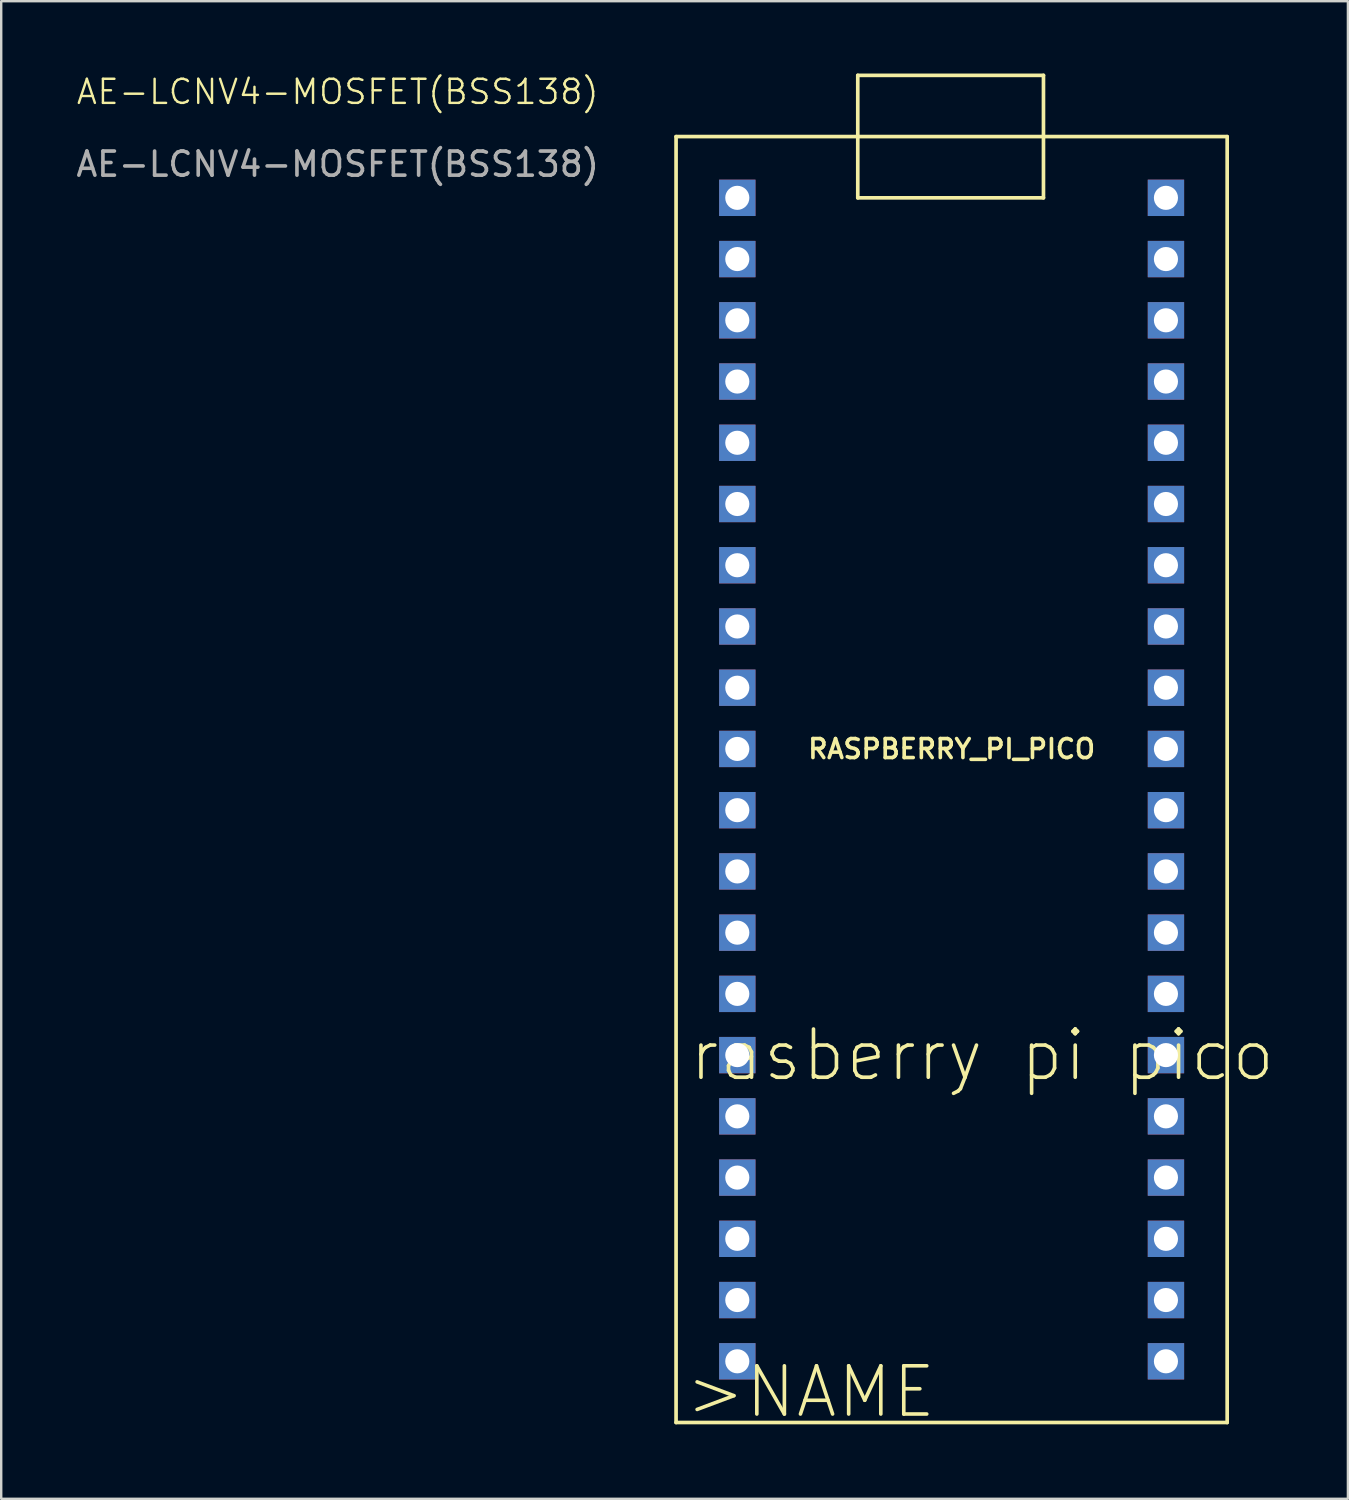
<source format=kicad_pcb>
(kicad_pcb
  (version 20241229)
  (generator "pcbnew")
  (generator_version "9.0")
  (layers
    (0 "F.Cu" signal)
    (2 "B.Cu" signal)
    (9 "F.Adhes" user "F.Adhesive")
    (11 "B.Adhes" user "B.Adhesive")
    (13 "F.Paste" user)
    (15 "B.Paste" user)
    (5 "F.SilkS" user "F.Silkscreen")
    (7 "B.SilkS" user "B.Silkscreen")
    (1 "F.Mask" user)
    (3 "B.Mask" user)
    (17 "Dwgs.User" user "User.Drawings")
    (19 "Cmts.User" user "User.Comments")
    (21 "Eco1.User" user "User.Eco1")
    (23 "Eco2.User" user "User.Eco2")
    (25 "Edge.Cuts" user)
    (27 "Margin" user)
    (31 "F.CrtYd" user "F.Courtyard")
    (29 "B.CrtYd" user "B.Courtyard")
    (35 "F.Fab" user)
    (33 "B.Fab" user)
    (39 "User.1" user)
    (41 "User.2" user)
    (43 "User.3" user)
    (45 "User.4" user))
  (footprint "AE-LCNV4-MOSFET(BSS138)"
    (layer "F.Cu")
    (at 10.958 1.26)
    (property "Reference" "AE-LCNV4-MOSFET(BSS138)" (at 0 -0.5 0) (unlocked yes) (layer "F.SilkS") (effects (font (size 1 1) (thickness 0.1))))
    (attr through_hole)
    (fp_text user "${REFERENCE}" (at 0 2.5 0) (unlocked yes) (layer "F.Fab") (effects (font (size 1 1) (thickness 0.15)))))
  (footprint "RASPBERRY_PI_PICO"
    (layer "F.Cu")
    (at 36.423 28.016)
    (property "Reference" "RASPBERRY_PI_PICO" (at 0 0 0) (layer "F.SilkS") (effects (font (size 0.787 0.787) (thickness 0.15))))
    (attr through_hole)
    (fp_line (start -11.43 -25.4) (end -11.43 27.94) (stroke (width 0.152) (type solid)) (layer "F.SilkS"))
    (fp_line (start -11.43 27.94) (end 11.43 27.94) (stroke (width 0.152) (type solid)) (layer "F.SilkS"))
    (fp_line (start -3.893 -27.94) (end -3.893 -22.86) (stroke (width 0.152) (type solid)) (layer "F.SilkS"))
    (fp_line (start -3.893 -22.86) (end 3.81 -22.86) (stroke (width 0.152) (type solid)) (layer "F.SilkS"))
    (fp_line (start 3.81 -27.94) (end -3.893 -27.94) (stroke (width 0.152) (type solid)) (layer "F.SilkS"))
    (fp_line (start 3.81 -22.86) (end 3.81 -27.94) (stroke (width 0.152) (type solid)) (layer "F.SilkS"))
    (fp_line (start 11.43 -25.4) (end -11.43 -25.4) (stroke (width 0.152) (type solid)) (layer "F.SilkS"))
    (fp_line (start 11.43 27.94) (end 11.43 -25.4) (stroke (width 0.152) (type solid)) (layer "F.SilkS"))
    (fp_text user ">NAME " (at -5.08 26.67 0) (layer "F.SilkS") (effects (font (size 2 2) (thickness 0.15))))
    (fp_text user "rasberry pi pico" (at 1.27 12.7 0) (layer "F.SilkS") (effects (font (size 2 2) (thickness 0.15))))
    (pad "3V3" thru_hole rect (at 8.89 -12.7) (size 1.508 1.508) (drill 1) (layers "*.Cu" "*.Mask"))
    (pad "3V3_EN" thru_hole rect (at 8.89 -15.24) (size 1.508 1.508) (drill 1) (layers "*.Cu" "*.Mask"))
    (pad "ADC_VREF" thru_hole rect (at 8.89 -10.16) (size 1.508 1.508) (drill 1) (layers "*.Cu" "*.Mask"))
    (pad "AGND" thru_hole rect (at 8.89 -5.08) (size 1.508 1.508) (drill 1) (layers "*.Cu" "*.Mask"))
    (pad "GND" thru_hole rect (at 8.89 -17.78) (size 1.508 1.508) (drill 1) (layers "*.Cu" "*.Mask"))
    (pad "GND2" thru_hole rect (at 8.89 7.62) (size 1.508 1.508) (drill 1) (layers "*.Cu" "*.Mask"))
    (pad "GND3" thru_hole rect (at 8.89 20.32) (size 1.508 1.508) (drill 1) (layers "*.Cu" "*.Mask"))
    (pad "GND4" thru_hole rect (at -8.89 -17.78) (size 1.508 1.508) (drill 1) (layers "*.Cu" "*.Mask"))
    (pad "GND5" thru_hole rect (at -8.89 -5.08) (size 1.508 1.508) (drill 1) (layers "*.Cu" "*.Mask"))
    (pad "GND6" thru_hole rect (at -8.89 7.62) (size 1.508 1.508) (drill 1) (layers "*.Cu" "*.Mask"))
    (pad "GND7" thru_hole rect (at -8.89 20.32) (size 1.508 1.508) (drill 1) (layers "*.Cu" "*.Mask"))
    (pad "GP0" thru_hole rect (at -8.89 -22.86) (size 1.508 1.508) (drill 1) (layers "*.Cu" "*.Mask"))
    (pad "GP1" thru_hole rect (at -8.89 -20.32) (size 1.508 1.508) (drill 1) (layers "*.Cu" "*.Mask"))
    (pad "GP2" thru_hole rect (at -8.89 -15.24) (size 1.508 1.508) (drill 1) (layers "*.Cu" "*.Mask"))
    (pad "GP3" thru_hole rect (at -8.89 -12.7) (size 1.508 1.508) (drill 1) (layers "*.Cu" "*.Mask"))
    (pad "GP4" thru_hole rect (at -8.89 -10.16) (size 1.508 1.508) (drill 1) (layers "*.Cu" "*.Mask"))
    (pad "GP5" thru_hole rect (at -8.89 -7.62) (size 1.508 1.508) (drill 1) (layers "*.Cu" "*.Mask"))
    (pad "GP6" thru_hole rect (at -8.89 -2.54) (size 1.508 1.508) (drill 1) (layers "*.Cu" "*.Mask"))
    (pad "GP7" thru_hole rect (at -8.89 0) (size 1.508 1.508) (drill 1) (layers "*.Cu" "*.Mask"))
    (pad "GP8" thru_hole rect (at -8.89 2.54) (size 1.508 1.508) (drill 1) (layers "*.Cu" "*.Mask"))
    (pad "GP9" thru_hole rect (at -8.89 5.08) (size 1.508 1.508) (drill 1) (layers "*.Cu" "*.Mask"))
    (pad "GP10" thru_hole rect (at -8.89 10.16) (size 1.508 1.508) (drill 1) (layers "*.Cu" "*.Mask"))
    (pad "GP11" thru_hole rect (at -8.89 12.7) (size 1.508 1.508) (drill 1) (layers "*.Cu" "*.Mask"))
    (pad "GP12" thru_hole rect (at -8.89 15.24) (size 1.508 1.508) (drill 1) (layers "*.Cu" "*.Mask"))
    (pad "GP13" thru_hole rect (at -8.89 17.78) (size 1.508 1.508) (drill 1) (layers "*.Cu" "*.Mask"))
    (pad "GP14" thru_hole rect (at -8.89 22.86) (size 1.508 1.508) (drill 1) (layers "*.Cu" "*.Mask"))
    (pad "GP15" thru_hole rect (at -8.89 25.4) (size 1.508 1.508) (drill 1) (layers "*.Cu" "*.Mask"))
    (pad "GP16" thru_hole rect (at 8.89 25.4) (size 1.508 1.508) (drill 1) (layers "*.Cu" "*.Mask"))
    (pad "GP17" thru_hole rect (at 8.89 22.86) (size 1.508 1.508) (drill 1) (layers "*.Cu" "*.Mask"))
    (pad "GP18" thru_hole rect (at 8.89 17.78) (size 1.508 1.508) (drill 1) (layers "*.Cu" "*.Mask"))
    (pad "GP19" thru_hole rect (at 8.89 15.24) (size 1.508 1.508) (drill 1) (layers "*.Cu" "*.Mask"))
    (pad "GP20" thru_hole rect (at 8.89 12.7) (size 1.508 1.508) (drill 1) (layers "*.Cu" "*.Mask"))
    (pad "GP21" thru_hole rect (at 8.89 10.16) (size 1.508 1.508) (drill 1) (layers "*.Cu" "*.Mask"))
    (pad "GP22" thru_hole rect (at 8.89 5.08) (size 1.508 1.508) (drill 1) (layers "*.Cu" "*.Mask"))
    (pad "GP26_A0" thru_hole rect (at 8.89 0) (size 1.508 1.508) (drill 1) (layers "*.Cu" "*.Mask"))
    (pad "GP27_A1" thru_hole rect (at 8.89 -2.54) (size 1.508 1.508) (drill 1) (layers "*.Cu" "*.Mask"))
    (pad "GP28_A2" thru_hole rect (at 8.89 -7.62) (size 1.508 1.508) (drill 1) (layers "*.Cu" "*.Mask"))
    (pad "RUN" thru_hole rect (at 8.89 2.54) (size 1.508 1.508) (drill 1) (layers "*.Cu" "*.Mask"))
    (pad "VBUS" thru_hole rect (at 8.89 -22.86) (size 1.508 1.508) (drill 1) (layers "*.Cu" "*.Mask"))
    (pad "VSYS" thru_hole rect (at 8.89 -20.32) (size 1.508 1.508) (drill 1) (layers "*.Cu" "*.Mask")))
  (gr_rect
    (start -3 -3)
    (end 52.861 59.119)
    (stroke (width 0.1) (type default))
    (fill no)
    (layer "Edge.Cuts")))
</source>
